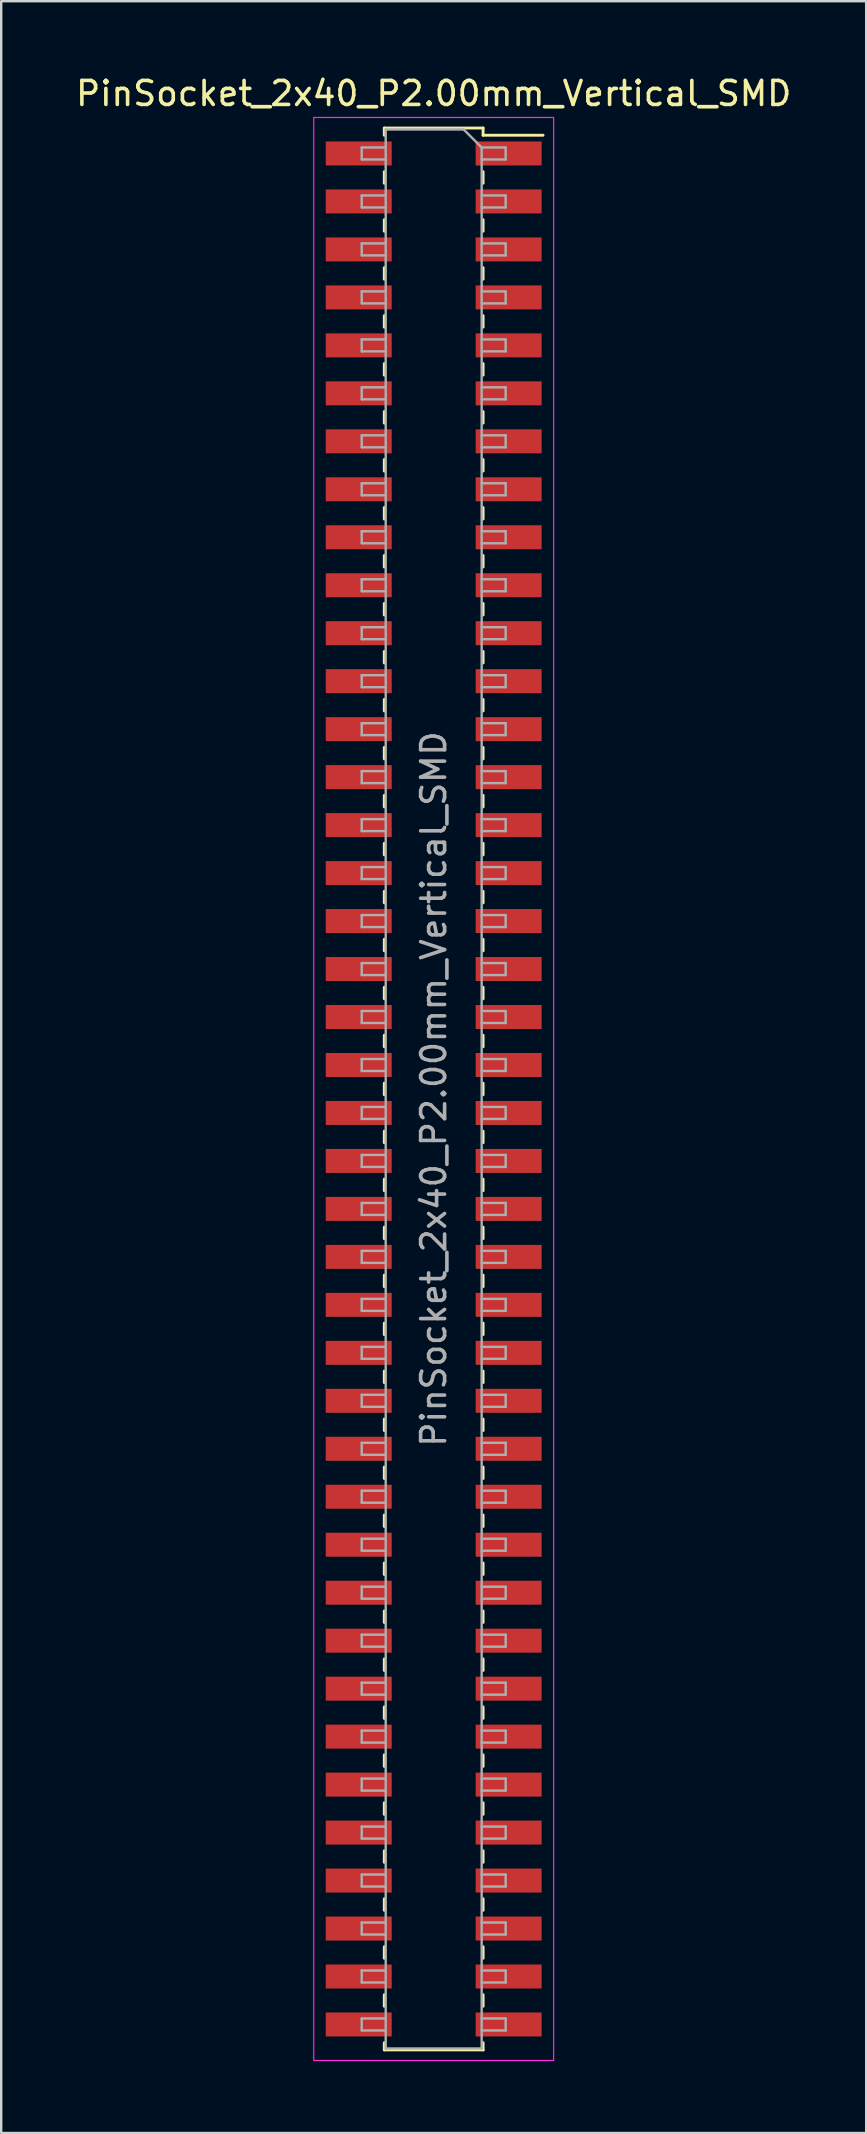
<source format=kicad_pcb>
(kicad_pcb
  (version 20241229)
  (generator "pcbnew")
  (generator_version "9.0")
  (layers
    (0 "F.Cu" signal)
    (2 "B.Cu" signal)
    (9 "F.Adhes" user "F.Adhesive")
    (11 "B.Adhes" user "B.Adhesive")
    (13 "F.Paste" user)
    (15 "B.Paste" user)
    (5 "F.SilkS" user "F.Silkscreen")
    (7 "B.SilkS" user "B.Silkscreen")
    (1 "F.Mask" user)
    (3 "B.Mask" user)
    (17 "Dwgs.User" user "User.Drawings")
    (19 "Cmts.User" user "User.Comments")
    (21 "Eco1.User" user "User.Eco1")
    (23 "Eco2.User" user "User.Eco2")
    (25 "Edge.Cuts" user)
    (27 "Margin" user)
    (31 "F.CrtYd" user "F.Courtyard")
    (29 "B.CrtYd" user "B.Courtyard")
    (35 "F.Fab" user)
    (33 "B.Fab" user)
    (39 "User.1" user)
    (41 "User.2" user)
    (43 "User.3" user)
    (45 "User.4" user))
  (footprint "PinSocket_2x40_P2.00mm_Vertical_SMD"
    (layer "F.Cu")
    (at 15.03 42.348)
    (property "Reference" "PinSocket_2x40_P2.00mm_Vertical_SMD" (at 0 -41.5 0) (layer "F.SilkS") (effects (font (size 1 1) (thickness 0.15))))
    (attr smd)
    (fp_line (start -2.06 -40.06) (end 2.06 -40.06) (stroke (width 0.12) (type solid)) (layer "F.SilkS"))
    (fp_line (start -2.06 -39.76) (end -2.06 -40.06) (stroke (width 0.12) (type solid)) (layer "F.SilkS"))
    (fp_line (start -2.06 -38.24) (end -2.06 -37.76) (stroke (width 0.12) (type solid)) (layer "F.SilkS"))
    (fp_line (start -2.06 -36.24) (end -2.06 -35.76) (stroke (width 0.12) (type solid)) (layer "F.SilkS"))
    (fp_line (start -2.06 -34.24) (end -2.06 -33.76) (stroke (width 0.12) (type solid)) (layer "F.SilkS"))
    (fp_line (start -2.06 -32.24) (end -2.06 -31.76) (stroke (width 0.12) (type solid)) (layer "F.SilkS"))
    (fp_line (start -2.06 -30.24) (end -2.06 -29.76) (stroke (width 0.12) (type solid)) (layer "F.SilkS"))
    (fp_line (start -2.06 -28.24) (end -2.06 -27.76) (stroke (width 0.12) (type solid)) (layer "F.SilkS"))
    (fp_line (start -2.06 -26.24) (end -2.06 -25.76) (stroke (width 0.12) (type solid)) (layer "F.SilkS"))
    (fp_line (start -2.06 -24.24) (end -2.06 -23.76) (stroke (width 0.12) (type solid)) (layer "F.SilkS"))
    (fp_line (start -2.06 -22.24) (end -2.06 -21.76) (stroke (width 0.12) (type solid)) (layer "F.SilkS"))
    (fp_line (start -2.06 -20.24) (end -2.06 -19.76) (stroke (width 0.12) (type solid)) (layer "F.SilkS"))
    (fp_line (start -2.06 -18.24) (end -2.06 -17.76) (stroke (width 0.12) (type solid)) (layer "F.SilkS"))
    (fp_line (start -2.06 -16.24) (end -2.06 -15.76) (stroke (width 0.12) (type solid)) (layer "F.SilkS"))
    (fp_line (start -2.06 -14.24) (end -2.06 -13.76) (stroke (width 0.12) (type solid)) (layer "F.SilkS"))
    (fp_line (start -2.06 -12.24) (end -2.06 -11.76) (stroke (width 0.12) (type solid)) (layer "F.SilkS"))
    (fp_line (start -2.06 -10.24) (end -2.06 -9.76) (stroke (width 0.12) (type solid)) (layer "F.SilkS"))
    (fp_line (start -2.06 -8.24) (end -2.06 -7.76) (stroke (width 0.12) (type solid)) (layer "F.SilkS"))
    (fp_line (start -2.06 -6.24) (end -2.06 -5.76) (stroke (width 0.12) (type solid)) (layer "F.SilkS"))
    (fp_line (start -2.06 -4.24) (end -2.06 -3.76) (stroke (width 0.12) (type solid)) (layer "F.SilkS"))
    (fp_line (start -2.06 -2.24) (end -2.06 -1.76) (stroke (width 0.12) (type solid)) (layer "F.SilkS"))
    (fp_line (start -2.06 -0.24) (end -2.06 0.24) (stroke (width 0.12) (type solid)) (layer "F.SilkS"))
    (fp_line (start -2.06 1.76) (end -2.06 2.24) (stroke (width 0.12) (type solid)) (layer "F.SilkS"))
    (fp_line (start -2.06 3.76) (end -2.06 4.24) (stroke (width 0.12) (type solid)) (layer "F.SilkS"))
    (fp_line (start -2.06 5.76) (end -2.06 6.24) (stroke (width 0.12) (type solid)) (layer "F.SilkS"))
    (fp_line (start -2.06 7.76) (end -2.06 8.24) (stroke (width 0.12) (type solid)) (layer "F.SilkS"))
    (fp_line (start -2.06 9.76) (end -2.06 10.24) (stroke (width 0.12) (type solid)) (layer "F.SilkS"))
    (fp_line (start -2.06 11.76) (end -2.06 12.24) (stroke (width 0.12) (type solid)) (layer "F.SilkS"))
    (fp_line (start -2.06 13.76) (end -2.06 14.24) (stroke (width 0.12) (type solid)) (layer "F.SilkS"))
    (fp_line (start -2.06 15.76) (end -2.06 16.24) (stroke (width 0.12) (type solid)) (layer "F.SilkS"))
    (fp_line (start -2.06 17.76) (end -2.06 18.24) (stroke (width 0.12) (type solid)) (layer "F.SilkS"))
    (fp_line (start -2.06 19.76) (end -2.06 20.24) (stroke (width 0.12) (type solid)) (layer "F.SilkS"))
    (fp_line (start -2.06 21.76) (end -2.06 22.24) (stroke (width 0.12) (type solid)) (layer "F.SilkS"))
    (fp_line (start -2.06 23.76) (end -2.06 24.24) (stroke (width 0.12) (type solid)) (layer "F.SilkS"))
    (fp_line (start -2.06 25.76) (end -2.06 26.24) (stroke (width 0.12) (type solid)) (layer "F.SilkS"))
    (fp_line (start -2.06 27.76) (end -2.06 28.24) (stroke (width 0.12) (type solid)) (layer "F.SilkS"))
    (fp_line (start -2.06 29.76) (end -2.06 30.24) (stroke (width 0.12) (type solid)) (layer "F.SilkS"))
    (fp_line (start -2.06 31.76) (end -2.06 32.24) (stroke (width 0.12) (type solid)) (layer "F.SilkS"))
    (fp_line (start -2.06 33.76) (end -2.06 34.24) (stroke (width 0.12) (type solid)) (layer "F.SilkS"))
    (fp_line (start -2.06 35.76) (end -2.06 36.24) (stroke (width 0.12) (type solid)) (layer "F.SilkS"))
    (fp_line (start -2.06 37.76) (end -2.06 38.24) (stroke (width 0.12) (type solid)) (layer "F.SilkS"))
    (fp_line (start -2.06 40.06) (end -2.06 39.76) (stroke (width 0.12) (type solid)) (layer "F.SilkS"))
    (fp_line (start 2.06 -40.06) (end 2.06 -39.76) (stroke (width 0.12) (type solid)) (layer "F.SilkS"))
    (fp_line (start 2.06 -39.76) (end 4.56 -39.76) (stroke (width 0.12) (type solid)) (layer "F.SilkS"))
    (fp_line (start 2.06 -37.76) (end 2.06 -38.24) (stroke (width 0.12) (type solid)) (layer "F.SilkS"))
    (fp_line (start 2.06 -35.76) (end 2.06 -36.24) (stroke (width 0.12) (type solid)) (layer "F.SilkS"))
    (fp_line (start 2.06 -33.76) (end 2.06 -34.24) (stroke (width 0.12) (type solid)) (layer "F.SilkS"))
    (fp_line (start 2.06 -31.76) (end 2.06 -32.24) (stroke (width 0.12) (type solid)) (layer "F.SilkS"))
    (fp_line (start 2.06 -29.76) (end 2.06 -30.24) (stroke (width 0.12) (type solid)) (layer "F.SilkS"))
    (fp_line (start 2.06 -27.76) (end 2.06 -28.24) (stroke (width 0.12) (type solid)) (layer "F.SilkS"))
    (fp_line (start 2.06 -25.76) (end 2.06 -26.24) (stroke (width 0.12) (type solid)) (layer "F.SilkS"))
    (fp_line (start 2.06 -23.76) (end 2.06 -24.24) (stroke (width 0.12) (type solid)) (layer "F.SilkS"))
    (fp_line (start 2.06 -21.76) (end 2.06 -22.24) (stroke (width 0.12) (type solid)) (layer "F.SilkS"))
    (fp_line (start 2.06 -19.76) (end 2.06 -20.24) (stroke (width 0.12) (type solid)) (layer "F.SilkS"))
    (fp_line (start 2.06 -17.76) (end 2.06 -18.24) (stroke (width 0.12) (type solid)) (layer "F.SilkS"))
    (fp_line (start 2.06 -15.76) (end 2.06 -16.24) (stroke (width 0.12) (type solid)) (layer "F.SilkS"))
    (fp_line (start 2.06 -13.76) (end 2.06 -14.24) (stroke (width 0.12) (type solid)) (layer "F.SilkS"))
    (fp_line (start 2.06 -11.76) (end 2.06 -12.24) (stroke (width 0.12) (type solid)) (layer "F.SilkS"))
    (fp_line (start 2.06 -9.76) (end 2.06 -10.24) (stroke (width 0.12) (type solid)) (layer "F.SilkS"))
    (fp_line (start 2.06 -7.76) (end 2.06 -8.24) (stroke (width 0.12) (type solid)) (layer "F.SilkS"))
    (fp_line (start 2.06 -5.76) (end 2.06 -6.24) (stroke (width 0.12) (type solid)) (layer "F.SilkS"))
    (fp_line (start 2.06 -3.76) (end 2.06 -4.24) (stroke (width 0.12) (type solid)) (layer "F.SilkS"))
    (fp_line (start 2.06 -1.76) (end 2.06 -2.24) (stroke (width 0.12) (type solid)) (layer "F.SilkS"))
    (fp_line (start 2.06 0.24) (end 2.06 -0.24) (stroke (width 0.12) (type solid)) (layer "F.SilkS"))
    (fp_line (start 2.06 2.24) (end 2.06 1.76) (stroke (width 0.12) (type solid)) (layer "F.SilkS"))
    (fp_line (start 2.06 4.24) (end 2.06 3.76) (stroke (width 0.12) (type solid)) (layer "F.SilkS"))
    (fp_line (start 2.06 6.24) (end 2.06 5.76) (stroke (width 0.12) (type solid)) (layer "F.SilkS"))
    (fp_line (start 2.06 8.24) (end 2.06 7.76) (stroke (width 0.12) (type solid)) (layer "F.SilkS"))
    (fp_line (start 2.06 10.24) (end 2.06 9.76) (stroke (width 0.12) (type solid)) (layer "F.SilkS"))
    (fp_line (start 2.06 12.24) (end 2.06 11.76) (stroke (width 0.12) (type solid)) (layer "F.SilkS"))
    (fp_line (start 2.06 14.24) (end 2.06 13.76) (stroke (width 0.12) (type solid)) (layer "F.SilkS"))
    (fp_line (start 2.06 16.24) (end 2.06 15.76) (stroke (width 0.12) (type solid)) (layer "F.SilkS"))
    (fp_line (start 2.06 18.24) (end 2.06 17.76) (stroke (width 0.12) (type solid)) (layer "F.SilkS"))
    (fp_line (start 2.06 20.24) (end 2.06 19.76) (stroke (width 0.12) (type solid)) (layer "F.SilkS"))
    (fp_line (start 2.06 22.24) (end 2.06 21.76) (stroke (width 0.12) (type solid)) (layer "F.SilkS"))
    (fp_line (start 2.06 24.24) (end 2.06 23.76) (stroke (width 0.12) (type solid)) (layer "F.SilkS"))
    (fp_line (start 2.06 26.24) (end 2.06 25.76) (stroke (width 0.12) (type solid)) (layer "F.SilkS"))
    (fp_line (start 2.06 28.24) (end 2.06 27.76) (stroke (width 0.12) (type solid)) (layer "F.SilkS"))
    (fp_line (start 2.06 30.24) (end 2.06 29.76) (stroke (width 0.12) (type solid)) (layer "F.SilkS"))
    (fp_line (start 2.06 32.24) (end 2.06 31.76) (stroke (width 0.12) (type solid)) (layer "F.SilkS"))
    (fp_line (start 2.06 34.24) (end 2.06 33.76) (stroke (width 0.12) (type solid)) (layer "F.SilkS"))
    (fp_line (start 2.06 36.24) (end 2.06 35.76) (stroke (width 0.12) (type solid)) (layer "F.SilkS"))
    (fp_line (start 2.06 38.24) (end 2.06 37.76) (stroke (width 0.12) (type solid)) (layer "F.SilkS"))
    (fp_line (start 2.06 39.76) (end 2.06 40.06) (stroke (width 0.12) (type solid)) (layer "F.SilkS"))
    (fp_line (start 2.06 40.06) (end -2.06 40.06) (stroke (width 0.12) (type solid)) (layer "F.SilkS"))
    (fp_line (start -5 -40.5) (end 5 -40.5) (stroke (width 0.05) (type solid)) (layer "F.CrtYd"))
    (fp_line (start -5 40.5) (end -5 -40.5) (stroke (width 0.05) (type solid)) (layer "F.CrtYd"))
    (fp_line (start 5 -40.5) (end 5 40.5) (stroke (width 0.05) (type solid)) (layer "F.CrtYd"))
    (fp_line (start 5 40.5) (end -5 40.5) (stroke (width 0.05) (type solid)) (layer "F.CrtYd"))
    (fp_line (start -3 -39.25) (end -2 -39.25) (stroke (width 0.1) (type solid)) (layer "F.Fab"))
    (fp_line (start -3 -38.75) (end -3 -39.25) (stroke (width 0.1) (type solid)) (layer "F.Fab"))
    (fp_line (start -3 -37.25) (end -2 -37.25) (stroke (width 0.1) (type solid)) (layer "F.Fab"))
    (fp_line (start -3 -36.75) (end -3 -37.25) (stroke (width 0.1) (type solid)) (layer "F.Fab"))
    (fp_line (start -3 -35.25) (end -2 -35.25) (stroke (width 0.1) (type solid)) (layer "F.Fab"))
    (fp_line (start -3 -34.75) (end -3 -35.25) (stroke (width 0.1) (type solid)) (layer "F.Fab"))
    (fp_line (start -3 -33.25) (end -2 -33.25) (stroke (width 0.1) (type solid)) (layer "F.Fab"))
    (fp_line (start -3 -32.75) (end -3 -33.25) (stroke (width 0.1) (type solid)) (layer "F.Fab"))
    (fp_line (start -3 -31.25) (end -2 -31.25) (stroke (width 0.1) (type solid)) (layer "F.Fab"))
    (fp_line (start -3 -30.75) (end -3 -31.25) (stroke (width 0.1) (type solid)) (layer "F.Fab"))
    (fp_line (start -3 -29.25) (end -2 -29.25) (stroke (width 0.1) (type solid)) (layer "F.Fab"))
    (fp_line (start -3 -28.75) (end -3 -29.25) (stroke (width 0.1) (type solid)) (layer "F.Fab"))
    (fp_line (start -3 -27.25) (end -2 -27.25) (stroke (width 0.1) (type solid)) (layer "F.Fab"))
    (fp_line (start -3 -26.75) (end -3 -27.25) (stroke (width 0.1) (type solid)) (layer "F.Fab"))
    (fp_line (start -3 -25.25) (end -2 -25.25) (stroke (width 0.1) (type solid)) (layer "F.Fab"))
    (fp_line (start -3 -24.75) (end -3 -25.25) (stroke (width 0.1) (type solid)) (layer "F.Fab"))
    (fp_line (start -3 -23.25) (end -2 -23.25) (stroke (width 0.1) (type solid)) (layer "F.Fab"))
    (fp_line (start -3 -22.75) (end -3 -23.25) (stroke (width 0.1) (type solid)) (layer "F.Fab"))
    (fp_line (start -3 -21.25) (end -2 -21.25) (stroke (width 0.1) (type solid)) (layer "F.Fab"))
    (fp_line (start -3 -20.75) (end -3 -21.25) (stroke (width 0.1) (type solid)) (layer "F.Fab"))
    (fp_line (start -3 -19.25) (end -2 -19.25) (stroke (width 0.1) (type solid)) (layer "F.Fab"))
    (fp_line (start -3 -18.75) (end -3 -19.25) (stroke (width 0.1) (type solid)) (layer "F.Fab"))
    (fp_line (start -3 -17.25) (end -2 -17.25) (stroke (width 0.1) (type solid)) (layer "F.Fab"))
    (fp_line (start -3 -16.75) (end -3 -17.25) (stroke (width 0.1) (type solid)) (layer "F.Fab"))
    (fp_line (start -3 -15.25) (end -2 -15.25) (stroke (width 0.1) (type solid)) (layer "F.Fab"))
    (fp_line (start -3 -14.75) (end -3 -15.25) (stroke (width 0.1) (type solid)) (layer "F.Fab"))
    (fp_line (start -3 -13.25) (end -2 -13.25) (stroke (width 0.1) (type solid)) (layer "F.Fab"))
    (fp_line (start -3 -12.75) (end -3 -13.25) (stroke (width 0.1) (type solid)) (layer "F.Fab"))
    (fp_line (start -3 -11.25) (end -2 -11.25) (stroke (width 0.1) (type solid)) (layer "F.Fab"))
    (fp_line (start -3 -10.75) (end -3 -11.25) (stroke (width 0.1) (type solid)) (layer "F.Fab"))
    (fp_line (start -3 -9.25) (end -2 -9.25) (stroke (width 0.1) (type solid)) (layer "F.Fab"))
    (fp_line (start -3 -8.75) (end -3 -9.25) (stroke (width 0.1) (type solid)) (layer "F.Fab"))
    (fp_line (start -3 -7.25) (end -2 -7.25) (stroke (width 0.1) (type solid)) (layer "F.Fab"))
    (fp_line (start -3 -6.75) (end -3 -7.25) (stroke (width 0.1) (type solid)) (layer "F.Fab"))
    (fp_line (start -3 -5.25) (end -2 -5.25) (stroke (width 0.1) (type solid)) (layer "F.Fab"))
    (fp_line (start -3 -4.75) (end -3 -5.25) (stroke (width 0.1) (type solid)) (layer "F.Fab"))
    (fp_line (start -3 -3.25) (end -2 -3.25) (stroke (width 0.1) (type solid)) (layer "F.Fab"))
    (fp_line (start -3 -2.75) (end -3 -3.25) (stroke (width 0.1) (type solid)) (layer "F.Fab"))
    (fp_line (start -3 -1.25) (end -2 -1.25) (stroke (width 0.1) (type solid)) (layer "F.Fab"))
    (fp_line (start -3 -0.75) (end -3 -1.25) (stroke (width 0.1) (type solid)) (layer "F.Fab"))
    (fp_line (start -3 0.75) (end -2 0.75) (stroke (width 0.1) (type solid)) (layer "F.Fab"))
    (fp_line (start -3 1.25) (end -3 0.75) (stroke (width 0.1) (type solid)) (layer "F.Fab"))
    (fp_line (start -3 2.75) (end -2 2.75) (stroke (width 0.1) (type solid)) (layer "F.Fab"))
    (fp_line (start -3 3.25) (end -3 2.75) (stroke (width 0.1) (type solid)) (layer "F.Fab"))
    (fp_line (start -3 4.75) (end -2 4.75) (stroke (width 0.1) (type solid)) (layer "F.Fab"))
    (fp_line (start -3 5.25) (end -3 4.75) (stroke (width 0.1) (type solid)) (layer "F.Fab"))
    (fp_line (start -3 6.75) (end -2 6.75) (stroke (width 0.1) (type solid)) (layer "F.Fab"))
    (fp_line (start -3 7.25) (end -3 6.75) (stroke (width 0.1) (type solid)) (layer "F.Fab"))
    (fp_line (start -3 8.75) (end -2 8.75) (stroke (width 0.1) (type solid)) (layer "F.Fab"))
    (fp_line (start -3 9.25) (end -3 8.75) (stroke (width 0.1) (type solid)) (layer "F.Fab"))
    (fp_line (start -3 10.75) (end -2 10.75) (stroke (width 0.1) (type solid)) (layer "F.Fab"))
    (fp_line (start -3 11.25) (end -3 10.75) (stroke (width 0.1) (type solid)) (layer "F.Fab"))
    (fp_line (start -3 12.75) (end -2 12.75) (stroke (width 0.1) (type solid)) (layer "F.Fab"))
    (fp_line (start -3 13.25) (end -3 12.75) (stroke (width 0.1) (type solid)) (layer "F.Fab"))
    (fp_line (start -3 14.75) (end -2 14.75) (stroke (width 0.1) (type solid)) (layer "F.Fab"))
    (fp_line (start -3 15.25) (end -3 14.75) (stroke (width 0.1) (type solid)) (layer "F.Fab"))
    (fp_line (start -3 16.75) (end -2 16.75) (stroke (width 0.1) (type solid)) (layer "F.Fab"))
    (fp_line (start -3 17.25) (end -3 16.75) (stroke (width 0.1) (type solid)) (layer "F.Fab"))
    (fp_line (start -3 18.75) (end -2 18.75) (stroke (width 0.1) (type solid)) (layer "F.Fab"))
    (fp_line (start -3 19.25) (end -3 18.75) (stroke (width 0.1) (type solid)) (layer "F.Fab"))
    (fp_line (start -3 20.75) (end -2 20.75) (stroke (width 0.1) (type solid)) (layer "F.Fab"))
    (fp_line (start -3 21.25) (end -3 20.75) (stroke (width 0.1) (type solid)) (layer "F.Fab"))
    (fp_line (start -3 22.75) (end -2 22.75) (stroke (width 0.1) (type solid)) (layer "F.Fab"))
    (fp_line (start -3 23.25) (end -3 22.75) (stroke (width 0.1) (type solid)) (layer "F.Fab"))
    (fp_line (start -3 24.75) (end -2 24.75) (stroke (width 0.1) (type solid)) (layer "F.Fab"))
    (fp_line (start -3 25.25) (end -3 24.75) (stroke (width 0.1) (type solid)) (layer "F.Fab"))
    (fp_line (start -3 26.75) (end -2 26.75) (stroke (width 0.1) (type solid)) (layer "F.Fab"))
    (fp_line (start -3 27.25) (end -3 26.75) (stroke (width 0.1) (type solid)) (layer "F.Fab"))
    (fp_line (start -3 28.75) (end -2 28.75) (stroke (width 0.1) (type solid)) (layer "F.Fab"))
    (fp_line (start -3 29.25) (end -3 28.75) (stroke (width 0.1) (type solid)) (layer "F.Fab"))
    (fp_line (start -3 30.75) (end -2 30.75) (stroke (width 0.1) (type solid)) (layer "F.Fab"))
    (fp_line (start -3 31.25) (end -3 30.75) (stroke (width 0.1) (type solid)) (layer "F.Fab"))
    (fp_line (start -3 32.75) (end -2 32.75) (stroke (width 0.1) (type solid)) (layer "F.Fab"))
    (fp_line (start -3 33.25) (end -3 32.75) (stroke (width 0.1) (type solid)) (layer "F.Fab"))
    (fp_line (start -3 34.75) (end -2 34.75) (stroke (width 0.1) (type solid)) (layer "F.Fab"))
    (fp_line (start -3 35.25) (end -3 34.75) (stroke (width 0.1) (type solid)) (layer "F.Fab"))
    (fp_line (start -3 36.75) (end -2 36.75) (stroke (width 0.1) (type solid)) (layer "F.Fab"))
    (fp_line (start -3 37.25) (end -3 36.75) (stroke (width 0.1) (type solid)) (layer "F.Fab"))
    (fp_line (start -3 38.75) (end -2 38.75) (stroke (width 0.1) (type solid)) (layer "F.Fab"))
    (fp_line (start -3 39.25) (end -3 38.75) (stroke (width 0.1) (type solid)) (layer "F.Fab"))
    (fp_line (start -2 -40) (end 1.25 -40) (stroke (width 0.1) (type solid)) (layer "F.Fab"))
    (fp_line (start -2 -38.75) (end -3 -38.75) (stroke (width 0.1) (type solid)) (layer "F.Fab"))
    (fp_line (start -2 -36.75) (end -3 -36.75) (stroke (width 0.1) (type solid)) (layer "F.Fab"))
    (fp_line (start -2 -34.75) (end -3 -34.75) (stroke (width 0.1) (type solid)) (layer "F.Fab"))
    (fp_line (start -2 -32.75) (end -3 -32.75) (stroke (width 0.1) (type solid)) (layer "F.Fab"))
    (fp_line (start -2 -30.75) (end -3 -30.75) (stroke (width 0.1) (type solid)) (layer "F.Fab"))
    (fp_line (start -2 -28.75) (end -3 -28.75) (stroke (width 0.1) (type solid)) (layer "F.Fab"))
    (fp_line (start -2 -26.75) (end -3 -26.75) (stroke (width 0.1) (type solid)) (layer "F.Fab"))
    (fp_line (start -2 -24.75) (end -3 -24.75) (stroke (width 0.1) (type solid)) (layer "F.Fab"))
    (fp_line (start -2 -22.75) (end -3 -22.75) (stroke (width 0.1) (type solid)) (layer "F.Fab"))
    (fp_line (start -2 -20.75) (end -3 -20.75) (stroke (width 0.1) (type solid)) (layer "F.Fab"))
    (fp_line (start -2 -18.75) (end -3 -18.75) (stroke (width 0.1) (type solid)) (layer "F.Fab"))
    (fp_line (start -2 -16.75) (end -3 -16.75) (stroke (width 0.1) (type solid)) (layer "F.Fab"))
    (fp_line (start -2 -14.75) (end -3 -14.75) (stroke (width 0.1) (type solid)) (layer "F.Fab"))
    (fp_line (start -2 -12.75) (end -3 -12.75) (stroke (width 0.1) (type solid)) (layer "F.Fab"))
    (fp_line (start -2 -10.75) (end -3 -10.75) (stroke (width 0.1) (type solid)) (layer "F.Fab"))
    (fp_line (start -2 -8.75) (end -3 -8.75) (stroke (width 0.1) (type solid)) (layer "F.Fab"))
    (fp_line (start -2 -6.75) (end -3 -6.75) (stroke (width 0.1) (type solid)) (layer "F.Fab"))
    (fp_line (start -2 -4.75) (end -3 -4.75) (stroke (width 0.1) (type solid)) (layer "F.Fab"))
    (fp_line (start -2 -2.75) (end -3 -2.75) (stroke (width 0.1) (type solid)) (layer "F.Fab"))
    (fp_line (start -2 -0.75) (end -3 -0.75) (stroke (width 0.1) (type solid)) (layer "F.Fab"))
    (fp_line (start -2 1.25) (end -3 1.25) (stroke (width 0.1) (type solid)) (layer "F.Fab"))
    (fp_line (start -2 3.25) (end -3 3.25) (stroke (width 0.1) (type solid)) (layer "F.Fab"))
    (fp_line (start -2 5.25) (end -3 5.25) (stroke (width 0.1) (type solid)) (layer "F.Fab"))
    (fp_line (start -2 7.25) (end -3 7.25) (stroke (width 0.1) (type solid)) (layer "F.Fab"))
    (fp_line (start -2 9.25) (end -3 9.25) (stroke (width 0.1) (type solid)) (layer "F.Fab"))
    (fp_line (start -2 11.25) (end -3 11.25) (stroke (width 0.1) (type solid)) (layer "F.Fab"))
    (fp_line (start -2 13.25) (end -3 13.25) (stroke (width 0.1) (type solid)) (layer "F.Fab"))
    (fp_line (start -2 15.25) (end -3 15.25) (stroke (width 0.1) (type solid)) (layer "F.Fab"))
    (fp_line (start -2 17.25) (end -3 17.25) (stroke (width 0.1) (type solid)) (layer "F.Fab"))
    (fp_line (start -2 19.25) (end -3 19.25) (stroke (width 0.1) (type solid)) (layer "F.Fab"))
    (fp_line (start -2 21.25) (end -3 21.25) (stroke (width 0.1) (type solid)) (layer "F.Fab"))
    (fp_line (start -2 23.25) (end -3 23.25) (stroke (width 0.1) (type solid)) (layer "F.Fab"))
    (fp_line (start -2 25.25) (end -3 25.25) (stroke (width 0.1) (type solid)) (layer "F.Fab"))
    (fp_line (start -2 27.25) (end -3 27.25) (stroke (width 0.1) (type solid)) (layer "F.Fab"))
    (fp_line (start -2 29.25) (end -3 29.25) (stroke (width 0.1) (type solid)) (layer "F.Fab"))
    (fp_line (start -2 31.25) (end -3 31.25) (stroke (width 0.1) (type solid)) (layer "F.Fab"))
    (fp_line (start -2 33.25) (end -3 33.25) (stroke (width 0.1) (type solid)) (layer "F.Fab"))
    (fp_line (start -2 35.25) (end -3 35.25) (stroke (width 0.1) (type solid)) (layer "F.Fab"))
    (fp_line (start -2 37.25) (end -3 37.25) (stroke (width 0.1) (type solid)) (layer "F.Fab"))
    (fp_line (start -2 39.25) (end -3 39.25) (stroke (width 0.1) (type solid)) (layer "F.Fab"))
    (fp_line (start -2 40) (end -2 -40) (stroke (width 0.1) (type solid)) (layer "F.Fab"))
    (fp_line (start 1.25 -40) (end 2 -39.25) (stroke (width 0.1) (type solid)) (layer "F.Fab"))
    (fp_line (start 2 -39.25) (end 2 40) (stroke (width 0.1) (type solid)) (layer "F.Fab"))
    (fp_line (start 2 -39.25) (end 3 -39.25) (stroke (width 0.1) (type solid)) (layer "F.Fab"))
    (fp_line (start 2 -37.25) (end 3 -37.25) (stroke (width 0.1) (type solid)) (layer "F.Fab"))
    (fp_line (start 2 -35.25) (end 3 -35.25) (stroke (width 0.1) (type solid)) (layer "F.Fab"))
    (fp_line (start 2 -33.25) (end 3 -33.25) (stroke (width 0.1) (type solid)) (layer "F.Fab"))
    (fp_line (start 2 -31.25) (end 3 -31.25) (stroke (width 0.1) (type solid)) (layer "F.Fab"))
    (fp_line (start 2 -29.25) (end 3 -29.25) (stroke (width 0.1) (type solid)) (layer "F.Fab"))
    (fp_line (start 2 -27.25) (end 3 -27.25) (stroke (width 0.1) (type solid)) (layer "F.Fab"))
    (fp_line (start 2 -25.25) (end 3 -25.25) (stroke (width 0.1) (type solid)) (layer "F.Fab"))
    (fp_line (start 2 -23.25) (end 3 -23.25) (stroke (width 0.1) (type solid)) (layer "F.Fab"))
    (fp_line (start 2 -21.25) (end 3 -21.25) (stroke (width 0.1) (type solid)) (layer "F.Fab"))
    (fp_line (start 2 -19.25) (end 3 -19.25) (stroke (width 0.1) (type solid)) (layer "F.Fab"))
    (fp_line (start 2 -17.25) (end 3 -17.25) (stroke (width 0.1) (type solid)) (layer "F.Fab"))
    (fp_line (start 2 -15.25) (end 3 -15.25) (stroke (width 0.1) (type solid)) (layer "F.Fab"))
    (fp_line (start 2 -13.25) (end 3 -13.25) (stroke (width 0.1) (type solid)) (layer "F.Fab"))
    (fp_line (start 2 -11.25) (end 3 -11.25) (stroke (width 0.1) (type solid)) (layer "F.Fab"))
    (fp_line (start 2 -9.25) (end 3 -9.25) (stroke (width 0.1) (type solid)) (layer "F.Fab"))
    (fp_line (start 2 -7.25) (end 3 -7.25) (stroke (width 0.1) (type solid)) (layer "F.Fab"))
    (fp_line (start 2 -5.25) (end 3 -5.25) (stroke (width 0.1) (type solid)) (layer "F.Fab"))
    (fp_line (start 2 -3.25) (end 3 -3.25) (stroke (width 0.1) (type solid)) (layer "F.Fab"))
    (fp_line (start 2 -1.25) (end 3 -1.25) (stroke (width 0.1) (type solid)) (layer "F.Fab"))
    (fp_line (start 2 0.75) (end 3 0.75) (stroke (width 0.1) (type solid)) (layer "F.Fab"))
    (fp_line (start 2 2.75) (end 3 2.75) (stroke (width 0.1) (type solid)) (layer "F.Fab"))
    (fp_line (start 2 4.75) (end 3 4.75) (stroke (width 0.1) (type solid)) (layer "F.Fab"))
    (fp_line (start 2 6.75) (end 3 6.75) (stroke (width 0.1) (type solid)) (layer "F.Fab"))
    (fp_line (start 2 8.75) (end 3 8.75) (stroke (width 0.1) (type solid)) (layer "F.Fab"))
    (fp_line (start 2 10.75) (end 3 10.75) (stroke (width 0.1) (type solid)) (layer "F.Fab"))
    (fp_line (start 2 12.75) (end 3 12.75) (stroke (width 0.1) (type solid)) (layer "F.Fab"))
    (fp_line (start 2 14.75) (end 3 14.75) (stroke (width 0.1) (type solid)) (layer "F.Fab"))
    (fp_line (start 2 16.75) (end 3 16.75) (stroke (width 0.1) (type solid)) (layer "F.Fab"))
    (fp_line (start 2 18.75) (end 3 18.75) (stroke (width 0.1) (type solid)) (layer "F.Fab"))
    (fp_line (start 2 20.75) (end 3 20.75) (stroke (width 0.1) (type solid)) (layer "F.Fab"))
    (fp_line (start 2 22.75) (end 3 22.75) (stroke (width 0.1) (type solid)) (layer "F.Fab"))
    (fp_line (start 2 24.75) (end 3 24.75) (stroke (width 0.1) (type solid)) (layer "F.Fab"))
    (fp_line (start 2 26.75) (end 3 26.75) (stroke (width 0.1) (type solid)) (layer "F.Fab"))
    (fp_line (start 2 28.75) (end 3 28.75) (stroke (width 0.1) (type solid)) (layer "F.Fab"))
    (fp_line (start 2 30.75) (end 3 30.75) (stroke (width 0.1) (type solid)) (layer "F.Fab"))
    (fp_line (start 2 32.75) (end 3 32.75) (stroke (width 0.1) (type solid)) (layer "F.Fab"))
    (fp_line (start 2 34.75) (end 3 34.75) (stroke (width 0.1) (type solid)) (layer "F.Fab"))
    (fp_line (start 2 36.75) (end 3 36.75) (stroke (width 0.1) (type solid)) (layer "F.Fab"))
    (fp_line (start 2 38.75) (end 3 38.75) (stroke (width 0.1) (type solid)) (layer "F.Fab"))
    (fp_line (start 2 40) (end -2 40) (stroke (width 0.1) (type solid)) (layer "F.Fab"))
    (fp_line (start 3 -39.25) (end 3 -38.75) (stroke (width 0.1) (type solid)) (layer "F.Fab"))
    (fp_line (start 3 -38.75) (end 2 -38.75) (stroke (width 0.1) (type solid)) (layer "F.Fab"))
    (fp_line (start 3 -37.25) (end 3 -36.75) (stroke (width 0.1) (type solid)) (layer "F.Fab"))
    (fp_line (start 3 -36.75) (end 2 -36.75) (stroke (width 0.1) (type solid)) (layer "F.Fab"))
    (fp_line (start 3 -35.25) (end 3 -34.75) (stroke (width 0.1) (type solid)) (layer "F.Fab"))
    (fp_line (start 3 -34.75) (end 2 -34.75) (stroke (width 0.1) (type solid)) (layer "F.Fab"))
    (fp_line (start 3 -33.25) (end 3 -32.75) (stroke (width 0.1) (type solid)) (layer "F.Fab"))
    (fp_line (start 3 -32.75) (end 2 -32.75) (stroke (width 0.1) (type solid)) (layer "F.Fab"))
    (fp_line (start 3 -31.25) (end 3 -30.75) (stroke (width 0.1) (type solid)) (layer "F.Fab"))
    (fp_line (start 3 -30.75) (end 2 -30.75) (stroke (width 0.1) (type solid)) (layer "F.Fab"))
    (fp_line (start 3 -29.25) (end 3 -28.75) (stroke (width 0.1) (type solid)) (layer "F.Fab"))
    (fp_line (start 3 -28.75) (end 2 -28.75) (stroke (width 0.1) (type solid)) (layer "F.Fab"))
    (fp_line (start 3 -27.25) (end 3 -26.75) (stroke (width 0.1) (type solid)) (layer "F.Fab"))
    (fp_line (start 3 -26.75) (end 2 -26.75) (stroke (width 0.1) (type solid)) (layer "F.Fab"))
    (fp_line (start 3 -25.25) (end 3 -24.75) (stroke (width 0.1) (type solid)) (layer "F.Fab"))
    (fp_line (start 3 -24.75) (end 2 -24.75) (stroke (width 0.1) (type solid)) (layer "F.Fab"))
    (fp_line (start 3 -23.25) (end 3 -22.75) (stroke (width 0.1) (type solid)) (layer "F.Fab"))
    (fp_line (start 3 -22.75) (end 2 -22.75) (stroke (width 0.1) (type solid)) (layer "F.Fab"))
    (fp_line (start 3 -21.25) (end 3 -20.75) (stroke (width 0.1) (type solid)) (layer "F.Fab"))
    (fp_line (start 3 -20.75) (end 2 -20.75) (stroke (width 0.1) (type solid)) (layer "F.Fab"))
    (fp_line (start 3 -19.25) (end 3 -18.75) (stroke (width 0.1) (type solid)) (layer "F.Fab"))
    (fp_line (start 3 -18.75) (end 2 -18.75) (stroke (width 0.1) (type solid)) (layer "F.Fab"))
    (fp_line (start 3 -17.25) (end 3 -16.75) (stroke (width 0.1) (type solid)) (layer "F.Fab"))
    (fp_line (start 3 -16.75) (end 2 -16.75) (stroke (width 0.1) (type solid)) (layer "F.Fab"))
    (fp_line (start 3 -15.25) (end 3 -14.75) (stroke (width 0.1) (type solid)) (layer "F.Fab"))
    (fp_line (start 3 -14.75) (end 2 -14.75) (stroke (width 0.1) (type solid)) (layer "F.Fab"))
    (fp_line (start 3 -13.25) (end 3 -12.75) (stroke (width 0.1) (type solid)) (layer "F.Fab"))
    (fp_line (start 3 -12.75) (end 2 -12.75) (stroke (width 0.1) (type solid)) (layer "F.Fab"))
    (fp_line (start 3 -11.25) (end 3 -10.75) (stroke (width 0.1) (type solid)) (layer "F.Fab"))
    (fp_line (start 3 -10.75) (end 2 -10.75) (stroke (width 0.1) (type solid)) (layer "F.Fab"))
    (fp_line (start 3 -9.25) (end 3 -8.75) (stroke (width 0.1) (type solid)) (layer "F.Fab"))
    (fp_line (start 3 -8.75) (end 2 -8.75) (stroke (width 0.1) (type solid)) (layer "F.Fab"))
    (fp_line (start 3 -7.25) (end 3 -6.75) (stroke (width 0.1) (type solid)) (layer "F.Fab"))
    (fp_line (start 3 -6.75) (end 2 -6.75) (stroke (width 0.1) (type solid)) (layer "F.Fab"))
    (fp_line (start 3 -5.25) (end 3 -4.75) (stroke (width 0.1) (type solid)) (layer "F.Fab"))
    (fp_line (start 3 -4.75) (end 2 -4.75) (stroke (width 0.1) (type solid)) (layer "F.Fab"))
    (fp_line (start 3 -3.25) (end 3 -2.75) (stroke (width 0.1) (type solid)) (layer "F.Fab"))
    (fp_line (start 3 -2.75) (end 2 -2.75) (stroke (width 0.1) (type solid)) (layer "F.Fab"))
    (fp_line (start 3 -1.25) (end 3 -0.75) (stroke (width 0.1) (type solid)) (layer "F.Fab"))
    (fp_line (start 3 -0.75) (end 2 -0.75) (stroke (width 0.1) (type solid)) (layer "F.Fab"))
    (fp_line (start 3 0.75) (end 3 1.25) (stroke (width 0.1) (type solid)) (layer "F.Fab"))
    (fp_line (start 3 1.25) (end 2 1.25) (stroke (width 0.1) (type solid)) (layer "F.Fab"))
    (fp_line (start 3 2.75) (end 3 3.25) (stroke (width 0.1) (type solid)) (layer "F.Fab"))
    (fp_line (start 3 3.25) (end 2 3.25) (stroke (width 0.1) (type solid)) (layer "F.Fab"))
    (fp_line (start 3 4.75) (end 3 5.25) (stroke (width 0.1) (type solid)) (layer "F.Fab"))
    (fp_line (start 3 5.25) (end 2 5.25) (stroke (width 0.1) (type solid)) (layer "F.Fab"))
    (fp_line (start 3 6.75) (end 3 7.25) (stroke (width 0.1) (type solid)) (layer "F.Fab"))
    (fp_line (start 3 7.25) (end 2 7.25) (stroke (width 0.1) (type solid)) (layer "F.Fab"))
    (fp_line (start 3 8.75) (end 3 9.25) (stroke (width 0.1) (type solid)) (layer "F.Fab"))
    (fp_line (start 3 9.25) (end 2 9.25) (stroke (width 0.1) (type solid)) (layer "F.Fab"))
    (fp_line (start 3 10.75) (end 3 11.25) (stroke (width 0.1) (type solid)) (layer "F.Fab"))
    (fp_line (start 3 11.25) (end 2 11.25) (stroke (width 0.1) (type solid)) (layer "F.Fab"))
    (fp_line (start 3 12.75) (end 3 13.25) (stroke (width 0.1) (type solid)) (layer "F.Fab"))
    (fp_line (start 3 13.25) (end 2 13.25) (stroke (width 0.1) (type solid)) (layer "F.Fab"))
    (fp_line (start 3 14.75) (end 3 15.25) (stroke (width 0.1) (type solid)) (layer "F.Fab"))
    (fp_line (start 3 15.25) (end 2 15.25) (stroke (width 0.1) (type solid)) (layer "F.Fab"))
    (fp_line (start 3 16.75) (end 3 17.25) (stroke (width 0.1) (type solid)) (layer "F.Fab"))
    (fp_line (start 3 17.25) (end 2 17.25) (stroke (width 0.1) (type solid)) (layer "F.Fab"))
    (fp_line (start 3 18.75) (end 3 19.25) (stroke (width 0.1) (type solid)) (layer "F.Fab"))
    (fp_line (start 3 19.25) (end 2 19.25) (stroke (width 0.1) (type solid)) (layer "F.Fab"))
    (fp_line (start 3 20.75) (end 3 21.25) (stroke (width 0.1) (type solid)) (layer "F.Fab"))
    (fp_line (start 3 21.25) (end 2 21.25) (stroke (width 0.1) (type solid)) (layer "F.Fab"))
    (fp_line (start 3 22.75) (end 3 23.25) (stroke (width 0.1) (type solid)) (layer "F.Fab"))
    (fp_line (start 3 23.25) (end 2 23.25) (stroke (width 0.1) (type solid)) (layer "F.Fab"))
    (fp_line (start 3 24.75) (end 3 25.25) (stroke (width 0.1) (type solid)) (layer "F.Fab"))
    (fp_line (start 3 25.25) (end 2 25.25) (stroke (width 0.1) (type solid)) (layer "F.Fab"))
    (fp_line (start 3 26.75) (end 3 27.25) (stroke (width 0.1) (type solid)) (layer "F.Fab"))
    (fp_line (start 3 27.25) (end 2 27.25) (stroke (width 0.1) (type solid)) (layer "F.Fab"))
    (fp_line (start 3 28.75) (end 3 29.25) (stroke (width 0.1) (type solid)) (layer "F.Fab"))
    (fp_line (start 3 29.25) (end 2 29.25) (stroke (width 0.1) (type solid)) (layer "F.Fab"))
    (fp_line (start 3 30.75) (end 3 31.25) (stroke (width 0.1) (type solid)) (layer "F.Fab"))
    (fp_line (start 3 31.25) (end 2 31.25) (stroke (width 0.1) (type solid)) (layer "F.Fab"))
    (fp_line (start 3 32.75) (end 3 33.25) (stroke (width 0.1) (type solid)) (layer "F.Fab"))
    (fp_line (start 3 33.25) (end 2 33.25) (stroke (width 0.1) (type solid)) (layer "F.Fab"))
    (fp_line (start 3 34.75) (end 3 35.25) (stroke (width 0.1) (type solid)) (layer "F.Fab"))
    (fp_line (start 3 35.25) (end 2 35.25) (stroke (width 0.1) (type solid)) (layer "F.Fab"))
    (fp_line (start 3 36.75) (end 3 37.25) (stroke (width 0.1) (type solid)) (layer "F.Fab"))
    (fp_line (start 3 37.25) (end 2 37.25) (stroke (width 0.1) (type solid)) (layer "F.Fab"))
    (fp_line (start 3 38.75) (end 3 39.25) (stroke (width 0.1) (type solid)) (layer "F.Fab"))
    (fp_line (start 3 39.25) (end 2 39.25) (stroke (width 0.1) (type solid)) (layer "F.Fab"))
    (fp_text user "${REFERENCE}" (at 0 0 90) (layer "F.Fab") (effects (font (size 1 1) (thickness 0.15))))
    (pad "1" smd rect (at 3.125 -39) (size 2.75 1) (layers "F.Cu" "F.Mask" "F.Paste"))
    (pad "2" smd rect (at -3.125 -39) (size 2.75 1) (layers "F.Cu" "F.Mask" "F.Paste"))
    (pad "3" smd rect (at 3.125 -37) (size 2.75 1) (layers "F.Cu" "F.Mask" "F.Paste"))
    (pad "4" smd rect (at -3.125 -37) (size 2.75 1) (layers "F.Cu" "F.Mask" "F.Paste"))
    (pad "5" smd rect (at 3.125 -35) (size 2.75 1) (layers "F.Cu" "F.Mask" "F.Paste"))
    (pad "6" smd rect (at -3.125 -35) (size 2.75 1) (layers "F.Cu" "F.Mask" "F.Paste"))
    (pad "7" smd rect (at 3.125 -33) (size 2.75 1) (layers "F.Cu" "F.Mask" "F.Paste"))
    (pad "8" smd rect (at -3.125 -33) (size 2.75 1) (layers "F.Cu" "F.Mask" "F.Paste"))
    (pad "9" smd rect (at 3.125 -31) (size 2.75 1) (layers "F.Cu" "F.Mask" "F.Paste"))
    (pad "10" smd rect (at -3.125 -31) (size 2.75 1) (layers "F.Cu" "F.Mask" "F.Paste"))
    (pad "11" smd rect (at 3.125 -29) (size 2.75 1) (layers "F.Cu" "F.Mask" "F.Paste"))
    (pad "12" smd rect (at -3.125 -29) (size 2.75 1) (layers "F.Cu" "F.Mask" "F.Paste"))
    (pad "13" smd rect (at 3.125 -27) (size 2.75 1) (layers "F.Cu" "F.Mask" "F.Paste"))
    (pad "14" smd rect (at -3.125 -27) (size 2.75 1) (layers "F.Cu" "F.Mask" "F.Paste"))
    (pad "15" smd rect (at 3.125 -25) (size 2.75 1) (layers "F.Cu" "F.Mask" "F.Paste"))
    (pad "16" smd rect (at -3.125 -25) (size 2.75 1) (layers "F.Cu" "F.Mask" "F.Paste"))
    (pad "17" smd rect (at 3.125 -23) (size 2.75 1) (layers "F.Cu" "F.Mask" "F.Paste"))
    (pad "18" smd rect (at -3.125 -23) (size 2.75 1) (layers "F.Cu" "F.Mask" "F.Paste"))
    (pad "19" smd rect (at 3.125 -21) (size 2.75 1) (layers "F.Cu" "F.Mask" "F.Paste"))
    (pad "20" smd rect (at -3.125 -21) (size 2.75 1) (layers "F.Cu" "F.Mask" "F.Paste"))
    (pad "21" smd rect (at 3.125 -19) (size 2.75 1) (layers "F.Cu" "F.Mask" "F.Paste"))
    (pad "22" smd rect (at -3.125 -19) (size 2.75 1) (layers "F.Cu" "F.Mask" "F.Paste"))
    (pad "23" smd rect (at 3.125 -17) (size 2.75 1) (layers "F.Cu" "F.Mask" "F.Paste"))
    (pad "24" smd rect (at -3.125 -17) (size 2.75 1) (layers "F.Cu" "F.Mask" "F.Paste"))
    (pad "25" smd rect (at 3.125 -15) (size 2.75 1) (layers "F.Cu" "F.Mask" "F.Paste"))
    (pad "26" smd rect (at -3.125 -15) (size 2.75 1) (layers "F.Cu" "F.Mask" "F.Paste"))
    (pad "27" smd rect (at 3.125 -13) (size 2.75 1) (layers "F.Cu" "F.Mask" "F.Paste"))
    (pad "28" smd rect (at -3.125 -13) (size 2.75 1) (layers "F.Cu" "F.Mask" "F.Paste"))
    (pad "29" smd rect (at 3.125 -11) (size 2.75 1) (layers "F.Cu" "F.Mask" "F.Paste"))
    (pad "30" smd rect (at -3.125 -11) (size 2.75 1) (layers "F.Cu" "F.Mask" "F.Paste"))
    (pad "31" smd rect (at 3.125 -9) (size 2.75 1) (layers "F.Cu" "F.Mask" "F.Paste"))
    (pad "32" smd rect (at -3.125 -9) (size 2.75 1) (layers "F.Cu" "F.Mask" "F.Paste"))
    (pad "33" smd rect (at 3.125 -7) (size 2.75 1) (layers "F.Cu" "F.Mask" "F.Paste"))
    (pad "34" smd rect (at -3.125 -7) (size 2.75 1) (layers "F.Cu" "F.Mask" "F.Paste"))
    (pad "35" smd rect (at 3.125 -5) (size 2.75 1) (layers "F.Cu" "F.Mask" "F.Paste"))
    (pad "36" smd rect (at -3.125 -5) (size 2.75 1) (layers "F.Cu" "F.Mask" "F.Paste"))
    (pad "37" smd rect (at 3.125 -3) (size 2.75 1) (layers "F.Cu" "F.Mask" "F.Paste"))
    (pad "38" smd rect (at -3.125 -3) (size 2.75 1) (layers "F.Cu" "F.Mask" "F.Paste"))
    (pad "39" smd rect (at 3.125 -1) (size 2.75 1) (layers "F.Cu" "F.Mask" "F.Paste"))
    (pad "40" smd rect (at -3.125 -1) (size 2.75 1) (layers "F.Cu" "F.Mask" "F.Paste"))
    (pad "41" smd rect (at 3.125 1) (size 2.75 1) (layers "F.Cu" "F.Mask" "F.Paste"))
    (pad "42" smd rect (at -3.125 1) (size 2.75 1) (layers "F.Cu" "F.Mask" "F.Paste"))
    (pad "43" smd rect (at 3.125 3) (size 2.75 1) (layers "F.Cu" "F.Mask" "F.Paste"))
    (pad "44" smd rect (at -3.125 3) (size 2.75 1) (layers "F.Cu" "F.Mask" "F.Paste"))
    (pad "45" smd rect (at 3.125 5) (size 2.75 1) (layers "F.Cu" "F.Mask" "F.Paste"))
    (pad "46" smd rect (at -3.125 5) (size 2.75 1) (layers "F.Cu" "F.Mask" "F.Paste"))
    (pad "47" smd rect (at 3.125 7) (size 2.75 1) (layers "F.Cu" "F.Mask" "F.Paste"))
    (pad "48" smd rect (at -3.125 7) (size 2.75 1) (layers "F.Cu" "F.Mask" "F.Paste"))
    (pad "49" smd rect (at 3.125 9) (size 2.75 1) (layers "F.Cu" "F.Mask" "F.Paste"))
    (pad "50" smd rect (at -3.125 9) (size 2.75 1) (layers "F.Cu" "F.Mask" "F.Paste"))
    (pad "51" smd rect (at 3.125 11) (size 2.75 1) (layers "F.Cu" "F.Mask" "F.Paste"))
    (pad "52" smd rect (at -3.125 11) (size 2.75 1) (layers "F.Cu" "F.Mask" "F.Paste"))
    (pad "53" smd rect (at 3.125 13) (size 2.75 1) (layers "F.Cu" "F.Mask" "F.Paste"))
    (pad "54" smd rect (at -3.125 13) (size 2.75 1) (layers "F.Cu" "F.Mask" "F.Paste"))
    (pad "55" smd rect (at 3.125 15) (size 2.75 1) (layers "F.Cu" "F.Mask" "F.Paste"))
    (pad "56" smd rect (at -3.125 15) (size 2.75 1) (layers "F.Cu" "F.Mask" "F.Paste"))
    (pad "57" smd rect (at 3.125 17) (size 2.75 1) (layers "F.Cu" "F.Mask" "F.Paste"))
    (pad "58" smd rect (at -3.125 17) (size 2.75 1) (layers "F.Cu" "F.Mask" "F.Paste"))
    (pad "59" smd rect (at 3.125 19) (size 2.75 1) (layers "F.Cu" "F.Mask" "F.Paste"))
    (pad "60" smd rect (at -3.125 19) (size 2.75 1) (layers "F.Cu" "F.Mask" "F.Paste"))
    (pad "61" smd rect (at 3.125 21) (size 2.75 1) (layers "F.Cu" "F.Mask" "F.Paste"))
    (pad "62" smd rect (at -3.125 21) (size 2.75 1) (layers "F.Cu" "F.Mask" "F.Paste"))
    (pad "63" smd rect (at 3.125 23) (size 2.75 1) (layers "F.Cu" "F.Mask" "F.Paste"))
    (pad "64" smd rect (at -3.125 23) (size 2.75 1) (layers "F.Cu" "F.Mask" "F.Paste"))
    (pad "65" smd rect (at 3.125 25) (size 2.75 1) (layers "F.Cu" "F.Mask" "F.Paste"))
    (pad "66" smd rect (at -3.125 25) (size 2.75 1) (layers "F.Cu" "F.Mask" "F.Paste"))
    (pad "67" smd rect (at 3.125 27) (size 2.75 1) (layers "F.Cu" "F.Mask" "F.Paste"))
    (pad "68" smd rect (at -3.125 27) (size 2.75 1) (layers "F.Cu" "F.Mask" "F.Paste"))
    (pad "69" smd rect (at 3.125 29) (size 2.75 1) (layers "F.Cu" "F.Mask" "F.Paste"))
    (pad "70" smd rect (at -3.125 29) (size 2.75 1) (layers "F.Cu" "F.Mask" "F.Paste"))
    (pad "71" smd rect (at 3.125 31) (size 2.75 1) (layers "F.Cu" "F.Mask" "F.Paste"))
    (pad "72" smd rect (at -3.125 31) (size 2.75 1) (layers "F.Cu" "F.Mask" "F.Paste"))
    (pad "73" smd rect (at 3.125 33) (size 2.75 1) (layers "F.Cu" "F.Mask" "F.Paste"))
    (pad "74" smd rect (at -3.125 33) (size 2.75 1) (layers "F.Cu" "F.Mask" "F.Paste"))
    (pad "75" smd rect (at 3.125 35) (size 2.75 1) (layers "F.Cu" "F.Mask" "F.Paste"))
    (pad "76" smd rect (at -3.125 35) (size 2.75 1) (layers "F.Cu" "F.Mask" "F.Paste"))
    (pad "77" smd rect (at 3.125 37) (size 2.75 1) (layers "F.Cu" "F.Mask" "F.Paste"))
    (pad "78" smd rect (at -3.125 37) (size 2.75 1) (layers "F.Cu" "F.Mask" "F.Paste"))
    (pad "79" smd rect (at 3.125 39) (size 2.75 1) (layers "F.Cu" "F.Mask" "F.Paste"))
    (pad "80" smd rect (at -3.125 39) (size 2.75 1) (layers "F.Cu" "F.Mask" "F.Paste")))
  (gr_rect
    (start -3 -3)
    (end 33.06 85.873)
    (stroke (width 0.1) (type default))
    (fill no)
    (layer "Edge.Cuts")))
</source>
